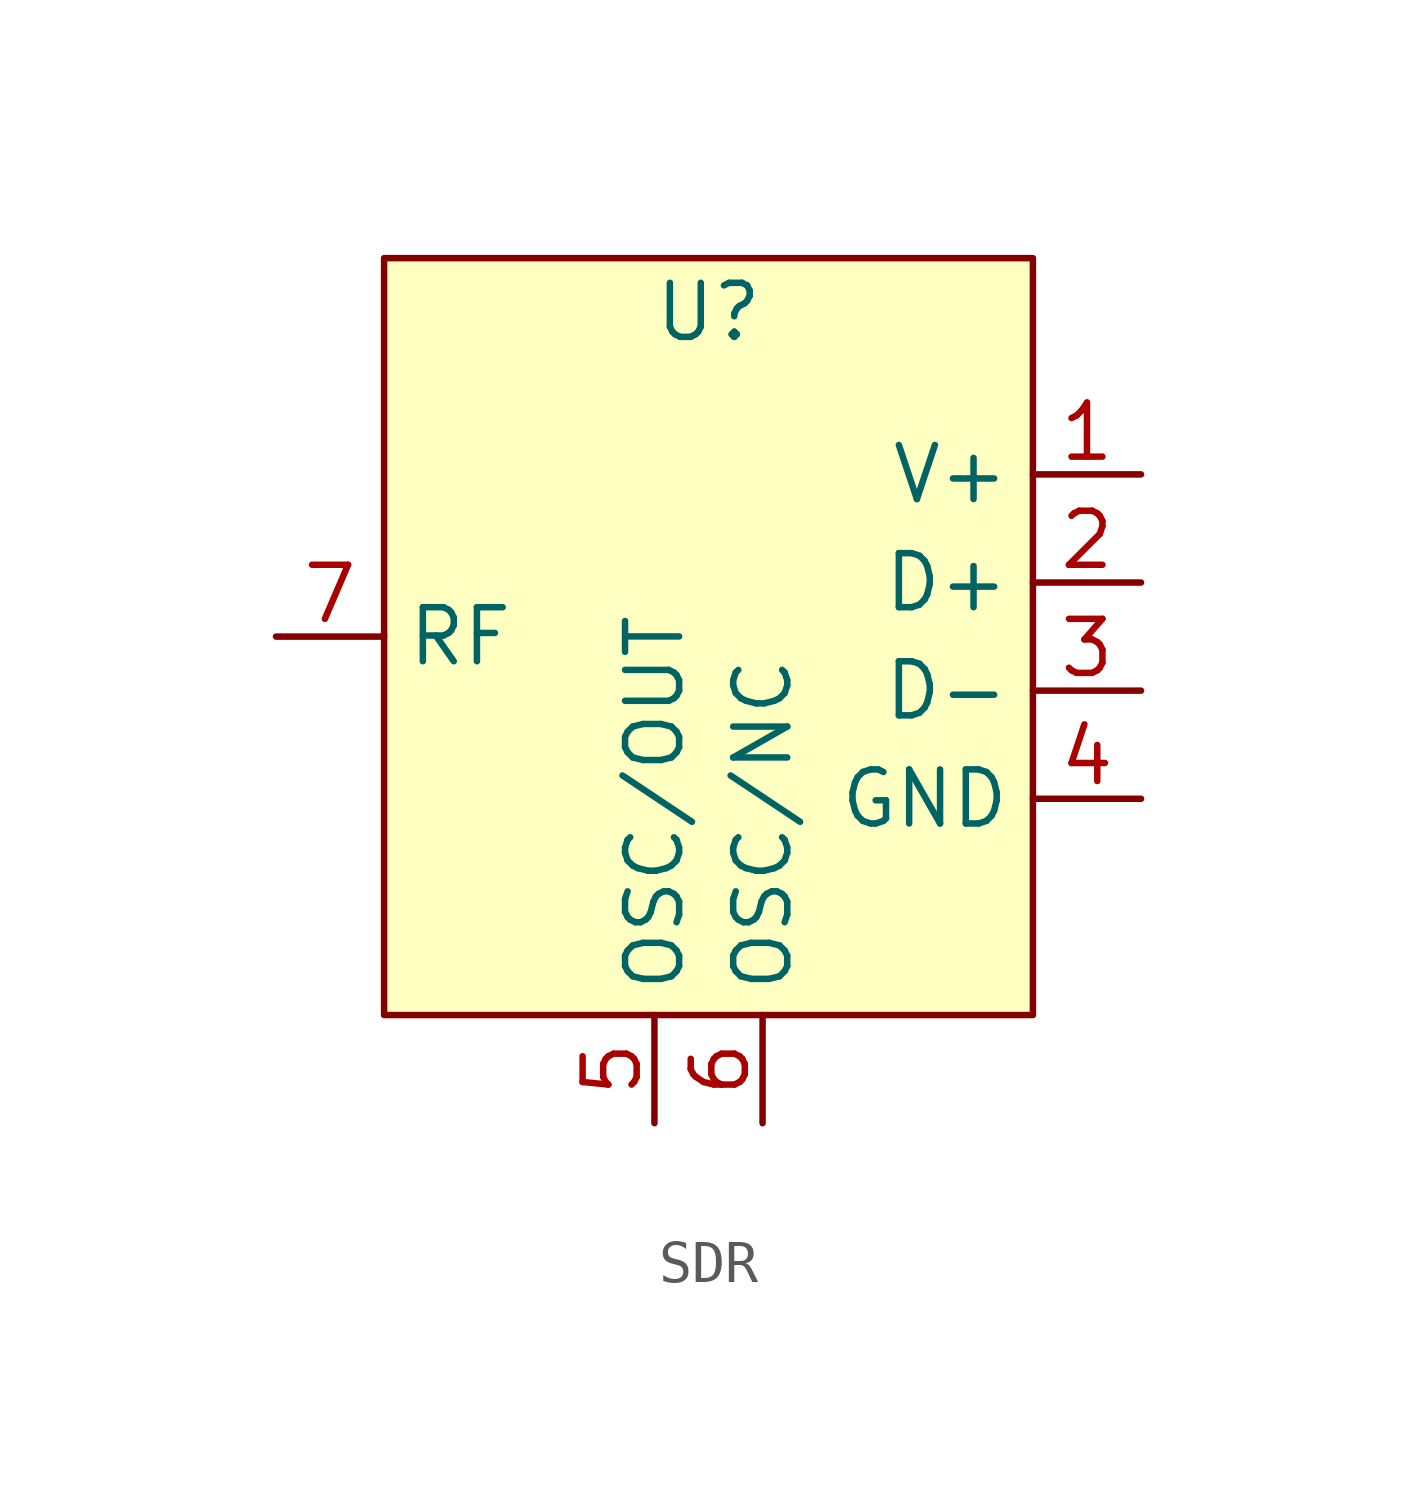
<source format=kicad_sym>
(kicad_symbol_lib
  (version 20231120)
  (generator "kicad_symbol_editor")
  (generator_version "8.0")
  (symbol "SDR"
    (property "Reference" "U"
      (at 0 0 0)
      (effects (font (size 1.27 1.27))))
    (property "Value" ""
      (at 0 0 0)
      (effects (font (size 1.27 1.27))))
    (symbol "SDR_1_1"
      (rectangle (start -7.62 1.27) (end 7.62 -16.51) (stroke (width 0) (type default)) (fill (type background)))
      (pin power_in line (at 10.16 -3.81 180) (length 2.54) (name "V+" (effects (font (size 1.27 1.27)))) (number "1" (effects (font (size 1.27 1.27)))))
      (pin bidirectional line (at 10.16 -6.35 180) (length 2.54) (name "D+" (effects (font (size 1.27 1.27)))) (number "2" (effects (font (size 1.27 1.27)))))
      (pin bidirectional line (at 10.16 -8.89 180) (length 2.54) (name "D-" (effects (font (size 1.27 1.27)))) (number "3" (effects (font (size 1.27 1.27)))))
      (pin power_in line (at 10.16 -11.43 180) (length 2.54) (name "GND" (effects (font (size 1.27 1.27)))) (number "4" (effects (font (size 1.27 1.27)))))
      (pin bidirectional line (at -1.27 -19.05 90) (length 2.54) (name "OSC/OUT" (effects (font (size 1.27 1.27)))) (number "5" (effects (font (size 1.27 1.27)))))
      (pin bidirectional line (at 1.27 -19.05 90) (length 2.54) (name "OSC/NC" (effects (font (size 1.27 1.27)))) (number "6" (effects (font (size 1.27 1.27)))))
      (pin input line (at -10.16 -7.62 0) (length 2.54) (name "RF" (effects (font (size 1.27 1.27)))) (number "7" (effects (font (size 1.27 1.27))))))))
</source>
